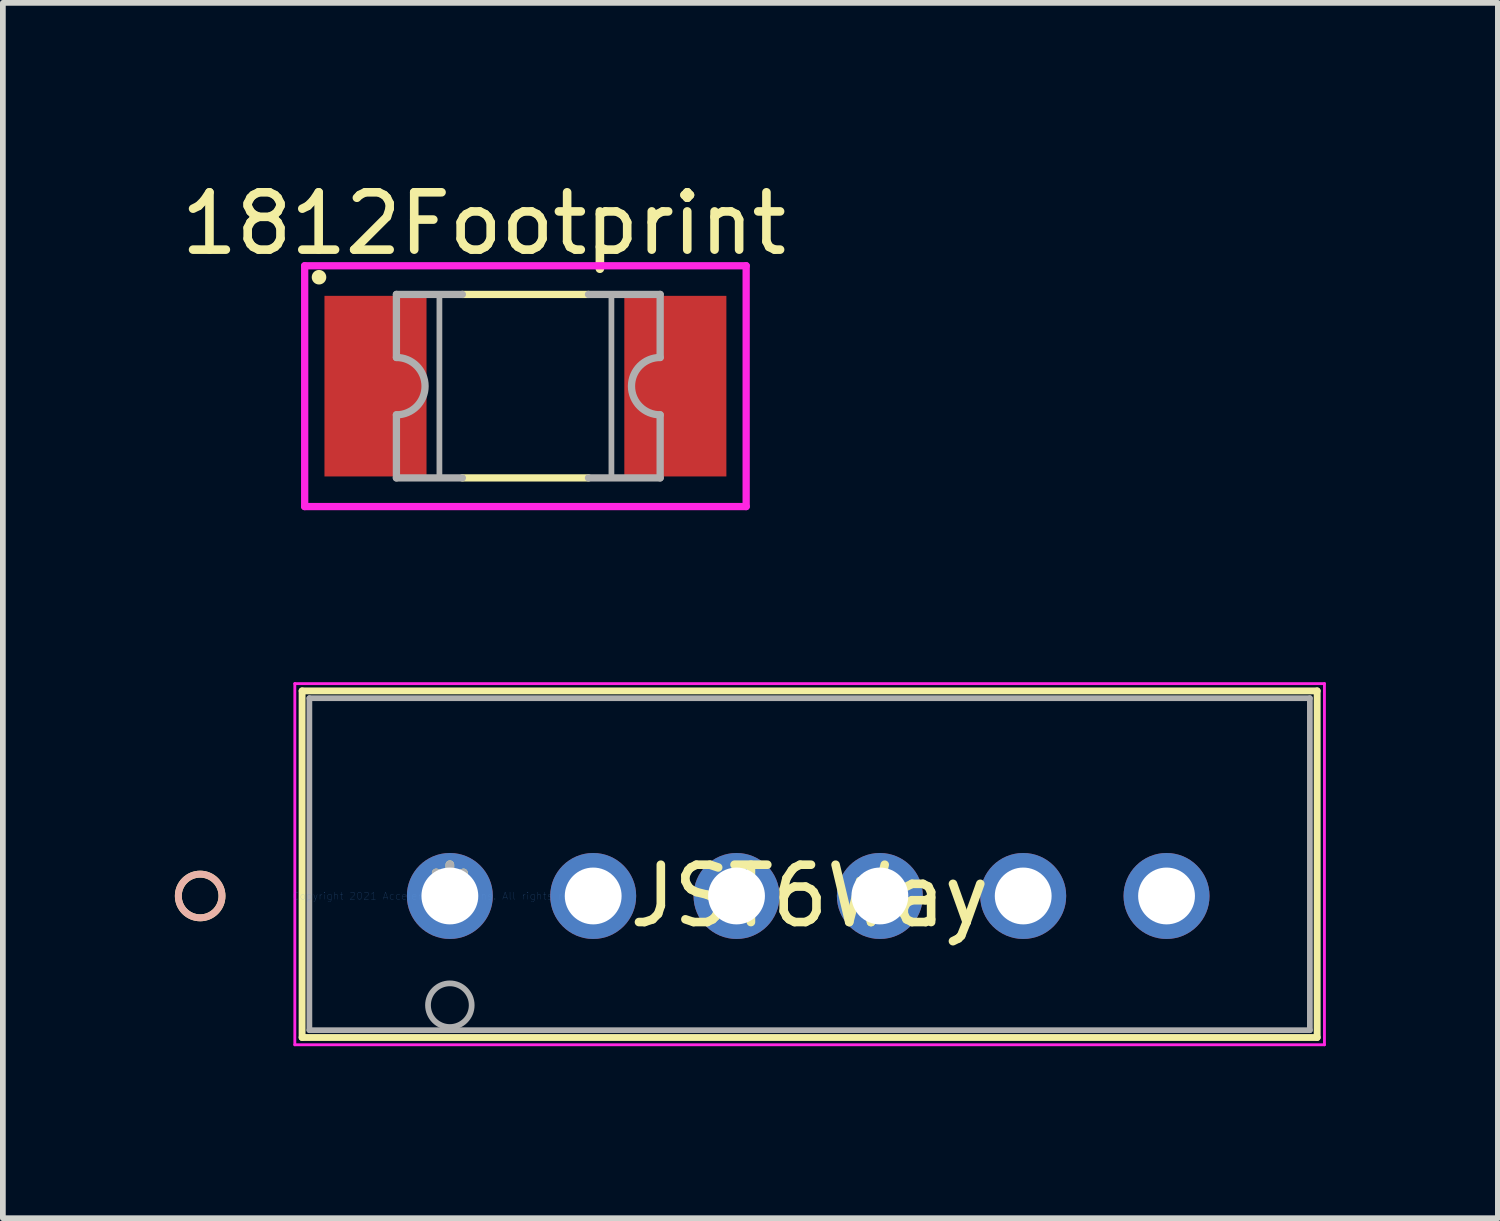
<source format=kicad_pcb>
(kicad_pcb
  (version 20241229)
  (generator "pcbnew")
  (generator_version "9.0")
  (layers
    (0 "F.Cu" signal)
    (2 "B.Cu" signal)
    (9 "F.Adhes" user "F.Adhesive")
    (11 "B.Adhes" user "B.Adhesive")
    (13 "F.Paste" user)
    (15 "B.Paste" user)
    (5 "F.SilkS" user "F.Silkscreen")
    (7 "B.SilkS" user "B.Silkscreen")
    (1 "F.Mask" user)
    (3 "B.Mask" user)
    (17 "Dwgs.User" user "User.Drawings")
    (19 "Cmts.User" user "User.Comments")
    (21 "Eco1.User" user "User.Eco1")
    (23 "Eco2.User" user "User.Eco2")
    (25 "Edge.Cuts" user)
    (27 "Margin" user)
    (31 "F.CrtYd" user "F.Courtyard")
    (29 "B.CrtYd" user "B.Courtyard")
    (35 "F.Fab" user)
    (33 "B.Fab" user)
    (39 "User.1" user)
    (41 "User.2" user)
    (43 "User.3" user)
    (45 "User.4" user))
  (footprint "JST6Way"
    (layer "F.Cu")
    (at 4.796 12.577)
    (property "Reference" "JST6Way" (at 6.275 0 0) (layer "F.SilkS") (effects (font (size 1 1) (thickness 0.15))))
    (attr through_hole)
    (fp_line (start -2.577 -3.577) (end -2.577 2.468) (stroke (width 0.12) (type solid)) (layer "F.SilkS"))
    (fp_line (start -2.577 2.468) (end 15.127 2.468) (stroke (width 0.12) (type solid)) (layer "F.SilkS"))
    (fp_line (start 15.127 -3.577) (end -2.577 -3.577) (stroke (width 0.12) (type solid)) (layer "F.SilkS"))
    (fp_line (start 15.127 2.468) (end 15.127 -3.577) (stroke (width 0.12) (type solid)) (layer "F.SilkS"))
    (fp_circle (center -4.355 0) (end -3.974 0) (stroke (width 0.12) (type solid)) (fill no) (layer "F.SilkS"))
    (fp_circle (center -4.355 0) (end -3.974 0) (stroke (width 0.12) (type solid)) (fill no) (layer "B.SilkS"))
    (fp_line (start -2.704 -3.704) (end -2.704 2.595) (stroke (width 0.05) (type solid)) (layer "F.CrtYd"))
    (fp_line (start -2.704 2.595) (end 15.254 2.595) (stroke (width 0.05) (type solid)) (layer "F.CrtYd"))
    (fp_line (start 15.254 -3.704) (end -2.704 -3.704) (stroke (width 0.05) (type solid)) (layer "F.CrtYd"))
    (fp_line (start 15.254 2.595) (end 15.254 -3.704) (stroke (width 0.05) (type solid)) (layer "F.CrtYd"))
    (fp_line (start -2.45 -3.45) (end -2.45 2.341) (stroke (width 0.1) (type solid)) (layer "F.Fab"))
    (fp_line (start -2.45 2.341) (end 15 2.341) (stroke (width 0.1) (type solid)) (layer "F.Fab"))
    (fp_line (start 15 -3.45) (end -2.45 -3.45) (stroke (width 0.1) (type solid)) (layer "F.Fab"))
    (fp_line (start 15 2.341) (end 15 -3.45) (stroke (width 0.1) (type solid)) (layer "F.Fab"))
    (fp_circle (center 0 1.905) (end 0.381 1.905) (stroke (width 0.1) (type solid)) (fill no) (layer "F.Fab"))
    (fp_text user "*" (at 0 0 0) (layer "F.SilkS") (effects (font (size 1 1) (thickness 0.15))))
    (fp_text user "Copyright 2021 Accelerated Designs. All rights reserved." (at 0 0 0) (layer "Cmts.User") (effects (font (size 0.127 0.127) (thickness 0.002))))
    (fp_text user "*" (at 0 0 0) (layer "F.Fab") (effects (font (size 1 1) (thickness 0.15))))
    (pad "1" thru_hole circle (at 0 0) (size 1.499 1.499) (drill 0.991) (layers "*.Cu" "*.Mask"))
    (pad "2" thru_hole circle (at 2.5 0) (size 1.499 1.499) (drill 0.991) (layers "*.Cu" "*.Mask"))
    (pad "3" thru_hole circle (at 5 0) (size 1.499 1.499) (drill 0.991) (layers "*.Cu" "*.Mask"))
    (pad "4" thru_hole circle (at 7.5 0) (size 1.499 1.499) (drill 0.991) (layers "*.Cu" "*.Mask"))
    (pad "5" thru_hole circle (at 10 0) (size 1.499 1.499) (drill 0.991) (layers "*.Cu" "*.Mask"))
    (pad "6" thru_hole circle (at 12.5 0) (size 1.499 1.499) (drill 0.991) (layers "*.Cu" "*.Mask")))
  (footprint "1812Footprint"
    (layer "F.Cu")
    (at 6.114 3.685)
    (property "Reference" "1812Footprint" (at -0.725 -2.836 0) (layer "F.SilkS") (effects (font (size 1 1) (thickness 0.15))))
    (attr through_hole)
    (fp_line (start -1.1 -1.6) (end 1.1 -1.6) (stroke (width 0.127) (type solid)) (layer "F.SilkS"))
    (fp_line (start 1.1 1.6) (end -1.1 1.6) (stroke (width 0.127) (type solid)) (layer "F.SilkS"))
    (fp_circle (center -3.6 -1.9) (end -3.473 -1.9) (stroke (width 0) (type solid)) (fill yes) (layer "F.SilkS"))
    (fp_line (start -3.85 -2.1) (end -3.85 2.1) (stroke (width 0.127) (type solid)) (layer "F.CrtYd"))
    (fp_line (start -3.85 2.1) (end 3.85 2.1) (stroke (width 0.127) (type solid)) (layer "F.CrtYd"))
    (fp_line (start 3.85 -2.1) (end -3.85 -2.1) (stroke (width 0.127) (type solid)) (layer "F.CrtYd"))
    (fp_line (start 3.85 2.1) (end 3.85 -2.1) (stroke (width 0.127) (type solid)) (layer "F.CrtYd"))
    (fp_line (start -2.25 -1.6) (end -2.25 -0.5) (stroke (width 0.127) (type solid)) (layer "F.Fab"))
    (fp_line (start -2.25 -1.6) (end -1.1 -1.6) (stroke (width 0.127) (type solid)) (layer "F.Fab"))
    (fp_line (start -2.25 1.6) (end -2.25 0.5) (stroke (width 0.127) (type solid)) (layer "F.Fab"))
    (fp_line (start -1.1 1.6) (end -2.25 1.6) (stroke (width 0.127) (type solid)) (layer "F.Fab"))
    (fp_line (start 1.1 -1.6) (end 2.35 -1.6) (stroke (width 0.127) (type solid)) (layer "F.Fab"))
    (fp_line (start 2.35 -1.6) (end 2.35 -0.5) (stroke (width 0.127) (type solid)) (layer "F.Fab"))
    (fp_line (start 2.35 0.5) (end 2.35 1.6) (stroke (width 0.127) (type solid)) (layer "F.Fab"))
    (fp_line (start 2.35 1.6) (end 1.1 1.6) (stroke (width 0.127) (type solid)) (layer "F.Fab"))
    (fp_arc (start -2.25 -0.5) (mid -1.75 0) (end -2.25 0.5) (stroke (width 0.127) (type solid)) (layer "F.Fab"))
    (fp_arc (start 2.35 0.5) (mid 1.85 0) (end 2.35 -0.5) (stroke (width 0.127) (type solid)) (layer "F.Fab"))
    (fp_poly (pts (xy -1.5 -1.6) (xy -2.25 -1.6) (xy -2.25 -0.5) (xy -2.224 -0.499) (xy -2.198 -0.497) (xy -2.172 -0.494) (xy -2.146 -0.489) (xy -2.121 -0.483) (xy -2.095 -0.476) (xy -2.071 -0.467) (xy -2.047 -0.457) (xy -2.023 -0.446) (xy -2 -0.433) (xy -1.978 -0.419) (xy -1.956 -0.405) (xy -1.935 -0.389) (xy -1.915 -0.372) (xy -1.896 -0.354) (xy -1.878 -0.335) (xy -1.861 -0.315) (xy -1.845 -0.294) (xy -1.831 -0.272) (xy -1.817 -0.25) (xy -1.804 -0.227) (xy -1.793 -0.203) (xy -1.783 -0.179) (xy -1.774 -0.155) (xy -1.767 -0.129) (xy -1.761 -0.104) (xy -1.756 -0.078) (xy -1.753 -0.052) (xy -1.751 -0.026) (xy -1.75 0) (xy -1.751 0.026) (xy -1.753 0.052) (xy -1.756 0.078) (xy -1.761 0.104) (xy -1.767 0.129) (xy -1.774 0.155) (xy -1.783 0.179) (xy -1.793 0.203) (xy -1.804 0.227) (xy -1.817 0.25) (xy -1.831 0.272) (xy -1.845 0.294) (xy -1.861 0.315) (xy -1.878 0.335) (xy -1.896 0.354) (xy -1.915 0.372) (xy -1.935 0.389) (xy -1.956 0.405) (xy -1.978 0.419) (xy -2 0.433) (xy -2.023 0.446) (xy -2.047 0.457) (xy -2.071 0.467) (xy -2.095 0.476) (xy -2.121 0.483) (xy -2.146 0.489) (xy -2.172 0.494) (xy -2.198 0.497) (xy -2.224 0.499) (xy -2.25 0.5) (xy -2.25 1.6) (xy -1.5 1.6) (xy -1.5 -1.6)) (stroke (width 0.1) (type solid)) (fill no) (layer "F.Fab"))
    (fp_poly (pts (xy 1.5 -1.6) (xy 1.5 1.6) (xy 2.35 1.6) (xy 2.35 0.5) (xy 2.324 0.499) (xy 2.298 0.497) (xy 2.272 0.494) (xy 2.246 0.489) (xy 2.221 0.483) (xy 2.195 0.476) (xy 2.171 0.467) (xy 2.147 0.457) (xy 2.123 0.446) (xy 2.1 0.433) (xy 2.078 0.419) (xy 2.056 0.405) (xy 2.035 0.389) (xy 2.015 0.372) (xy 1.996 0.354) (xy 1.978 0.335) (xy 1.961 0.315) (xy 1.945 0.294) (xy 1.931 0.272) (xy 1.917 0.25) (xy 1.904 0.227) (xy 1.893 0.203) (xy 1.883 0.179) (xy 1.874 0.155) (xy 1.867 0.129) (xy 1.861 0.104) (xy 1.856 0.078) (xy 1.853 0.052) (xy 1.851 0.026) (xy 1.85 0) (xy 1.851 -0.026) (xy 1.853 -0.052) (xy 1.856 -0.078) (xy 1.861 -0.104) (xy 1.867 -0.129) (xy 1.874 -0.155) (xy 1.883 -0.179) (xy 1.893 -0.203) (xy 1.904 -0.227) (xy 1.917 -0.25) (xy 1.931 -0.272) (xy 1.945 -0.294) (xy 1.961 -0.315) (xy 1.978 -0.335) (xy 1.996 -0.354) (xy 2.015 -0.372) (xy 2.035 -0.389) (xy 2.056 -0.405) (xy 2.078 -0.419) (xy 2.1 -0.433) (xy 2.123 -0.446) (xy 2.147 -0.457) (xy 2.171 -0.467) (xy 2.195 -0.476) (xy 2.221 -0.483) (xy 2.246 -0.489) (xy 2.272 -0.494) (xy 2.298 -0.497) (xy 2.324 -0.499) (xy 2.35 -0.5) (xy 2.35 -1.6) (xy 1.5 -1.6)) (stroke (width 0.1) (type solid)) (fill no) (layer "F.Fab"))
    (pad "1" smd rect (at -2.615 0) (size 1.78 3.15) (layers "F.Cu" "F.Mask" "F.Paste"))
    (pad "2" smd rect (at 2.615 0) (size 1.78 3.15) (layers "F.Cu" "F.Mask" "F.Paste")))
  (gr_rect
    (start -3 -3)
    (end 23.075 18.197)
    (stroke (width 0.1) (type default))
    (fill no)
    (layer "Edge.Cuts")))
</source>
